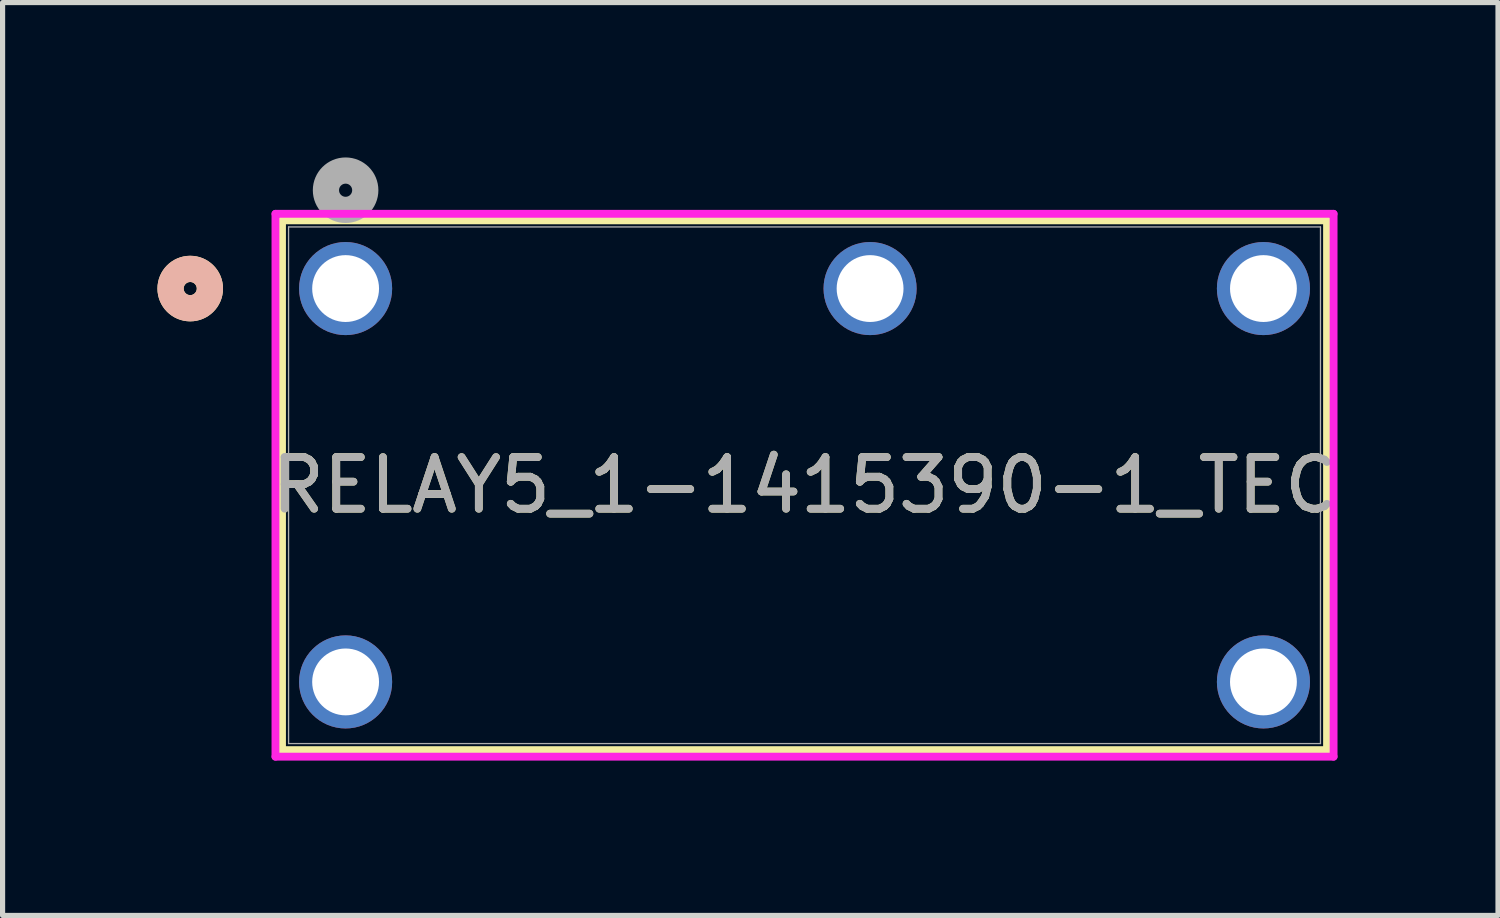
<source format=kicad_pcb>
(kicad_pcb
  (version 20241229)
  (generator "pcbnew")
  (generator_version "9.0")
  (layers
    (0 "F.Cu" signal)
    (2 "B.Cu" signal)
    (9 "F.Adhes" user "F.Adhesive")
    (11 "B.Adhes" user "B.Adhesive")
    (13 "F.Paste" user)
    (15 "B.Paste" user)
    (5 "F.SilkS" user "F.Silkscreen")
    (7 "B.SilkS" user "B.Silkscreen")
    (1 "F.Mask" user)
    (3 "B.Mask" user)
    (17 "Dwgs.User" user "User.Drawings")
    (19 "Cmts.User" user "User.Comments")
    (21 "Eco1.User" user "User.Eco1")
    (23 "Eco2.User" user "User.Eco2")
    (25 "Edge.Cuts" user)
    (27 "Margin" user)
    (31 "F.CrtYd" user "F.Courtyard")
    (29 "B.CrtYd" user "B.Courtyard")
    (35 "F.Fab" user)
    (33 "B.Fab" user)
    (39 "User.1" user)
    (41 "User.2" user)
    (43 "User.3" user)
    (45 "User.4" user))
  (footprint "RELAY5_1-1415390-1_TEC"
    (layer "F.Cu")
    (at 3.645 2.54)
    (property "Reference" "RELAY5_1-1415390-1_TEC" (at 8.89 3.81 0) (unlocked yes) (layer "F.SilkS") (effects (font (size 1 1) (thickness 0.15))))
    (attr through_hole)
    (fp_line (start -1.232 -1.321) (end -1.232 8.941) (stroke (width 0.152) (type solid)) (layer "F.SilkS"))
    (fp_line (start -1.232 8.941) (end 19.012 8.941) (stroke (width 0.152) (type solid)) (layer "F.SilkS"))
    (fp_line (start 19.012 -1.321) (end -1.232 -1.321) (stroke (width 0.152) (type solid)) (layer "F.SilkS"))
    (fp_line (start 19.012 8.941) (end 19.012 -1.321) (stroke (width 0.152) (type solid)) (layer "F.SilkS"))
    (fp_circle (center -3.01 0) (end -2.629 0) (stroke (width 0.508) (type solid)) (fill no) (layer "F.SilkS"))
    (fp_circle (center -3.01 0) (end -2.629 0) (stroke (width 0.508) (type solid)) (fill no) (layer "B.SilkS"))
    (fp_line (start -1.359 -1.448) (end -1.359 9.068) (stroke (width 0.152) (type solid)) (layer "F.CrtYd"))
    (fp_line (start -1.359 9.068) (end 19.139 9.068) (stroke (width 0.152) (type solid)) (layer "F.CrtYd"))
    (fp_line (start 19.139 -1.448) (end -1.359 -1.448) (stroke (width 0.152) (type solid)) (layer "F.CrtYd"))
    (fp_line (start 19.139 9.068) (end 19.139 -1.448) (stroke (width 0.152) (type solid)) (layer "F.CrtYd"))
    (fp_line (start -1.105 -1.194) (end -1.105 8.814) (stroke (width 0.025) (type solid)) (layer "F.Fab"))
    (fp_line (start -1.105 8.814) (end 18.885 8.814) (stroke (width 0.025) (type solid)) (layer "F.Fab"))
    (fp_line (start 18.885 -1.194) (end -1.105 -1.194) (stroke (width 0.025) (type solid)) (layer "F.Fab"))
    (fp_line (start 18.885 8.814) (end 18.885 -1.194) (stroke (width 0.025) (type solid)) (layer "F.Fab"))
    (fp_circle (center 0 -1.905) (end 0.381 -1.905) (stroke (width 0.508) (type solid)) (fill no) (layer "F.Fab"))
    (fp_text user "${REFERENCE}" (at 8.89 3.81 0) (unlocked yes) (layer "F.Fab") (effects (font (size 1 1) (thickness 0.15))))
    (pad "1" thru_hole circle (at 0 0) (size 1.803 1.803) (drill 1.295) (layers "*.Cu" "*.Mask"))
    (pad "2" thru_hole circle (at 0 7.62) (size 1.803 1.803) (drill 1.295) (layers "*.Cu" "*.Mask"))
    (pad "3" thru_hole circle (at 10.16 0) (size 1.803 1.803) (drill 1.295) (layers "*.Cu" "*.Mask"))
    (pad "4" thru_hole circle (at 17.78 7.62) (size 1.803 1.803) (drill 1.295) (layers "*.Cu" "*.Mask"))
    (pad "5" thru_hole circle (at 17.78 0) (size 1.803 1.803) (drill 1.295) (layers "*.Cu" "*.Mask")))
  (gr_rect
    (start -3 -3)
    (end 25.969 14.684)
    (stroke (width 0.1) (type default))
    (fill no)
    (layer "Edge.Cuts")))
</source>
